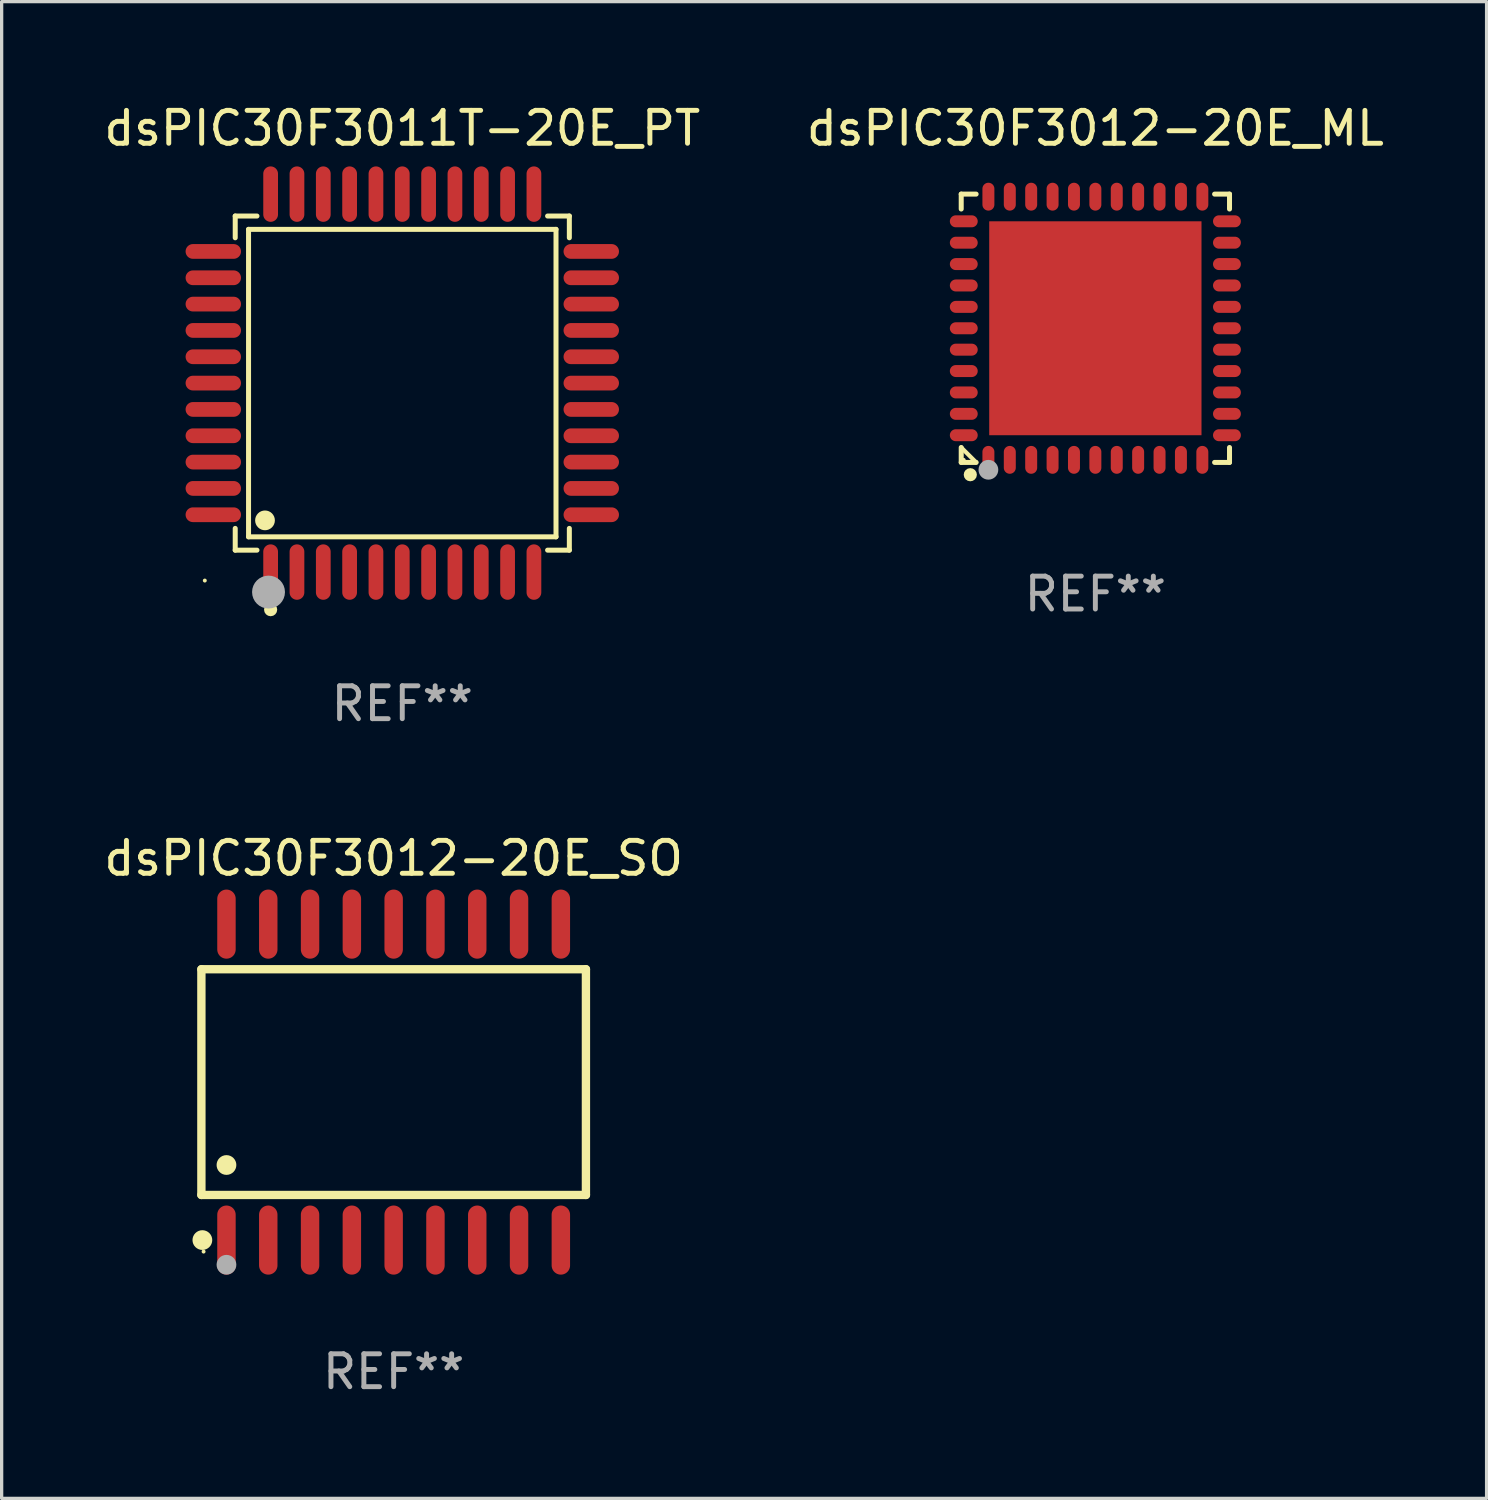
<source format=kicad_pcb>
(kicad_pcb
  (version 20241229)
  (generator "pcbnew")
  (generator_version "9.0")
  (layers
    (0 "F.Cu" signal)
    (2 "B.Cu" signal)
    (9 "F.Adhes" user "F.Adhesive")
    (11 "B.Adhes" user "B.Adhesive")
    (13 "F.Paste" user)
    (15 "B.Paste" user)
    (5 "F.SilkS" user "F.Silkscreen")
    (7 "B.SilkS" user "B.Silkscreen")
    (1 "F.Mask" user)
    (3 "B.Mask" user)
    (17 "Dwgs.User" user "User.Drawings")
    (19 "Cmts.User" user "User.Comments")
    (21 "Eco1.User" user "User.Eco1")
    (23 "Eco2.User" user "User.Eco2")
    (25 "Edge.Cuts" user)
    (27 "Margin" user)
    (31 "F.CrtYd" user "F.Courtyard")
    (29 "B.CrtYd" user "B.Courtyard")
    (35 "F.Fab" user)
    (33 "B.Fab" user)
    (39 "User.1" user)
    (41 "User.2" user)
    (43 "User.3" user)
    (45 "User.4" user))
  (footprint "dsPIC30F3012-20E_SO"
    (layer "F.Cu")
    (at 8.911 29.829)
    (property "Reference" "dsPIC30F3012-20E_SO" (at 0 -6.8 0) (layer "F.SilkS") (effects (font (size 1 1) (thickness 0.15))))
    (attr through_hole)
    (fp_line (start -5.842 -3.429) (end -5.842 3.429) (stroke (width 0.254) (type solid)) (layer "F.SilkS"))
    (fp_line (start -5.842 3.429) (end 5.842 3.429) (stroke (width 0.254) (type solid)) (layer "F.SilkS"))
    (fp_line (start 5.842 -3.429) (end -5.842 -3.429) (stroke (width 0.254) (type solid)) (layer "F.SilkS"))
    (fp_line (start 5.842 3.429) (end 5.842 -3.429) (stroke (width 0.254) (type solid)) (layer "F.SilkS"))
    (fp_circle (center -5.812 4.8) (end -5.662 4.8) (stroke (width 0.3) (type solid)) (fill no) (layer "F.SilkS"))
    (fp_circle (center -5.775 5.15) (end -5.745 5.15) (stroke (width 0.06) (type solid)) (fill no) (layer "F.SilkS"))
    (fp_circle (center -5.08 2.519) (end -4.93 2.519) (stroke (width 0.3) (type solid)) (fill no) (layer "F.SilkS"))
    (fp_circle (center -5.08 5.55) (end -4.93 5.55) (stroke (width 0.3) (type solid)) (fill no) (layer "F.Fab"))
    (fp_text user "REF**" (at 0 8.8 0) (layer "F.Fab") (effects (font (size 1 1) (thickness 0.15))))
    (pad "1" smd oval (at -5.08 4.8) (size 0.56 2.1) (layers "F.Cu" "F.Mask" "F.Paste"))
    (pad "2" smd oval (at -3.81 4.8) (size 0.56 2.1) (layers "F.Cu" "F.Mask" "F.Paste"))
    (pad "3" smd oval (at -2.54 4.8) (size 0.56 2.1) (layers "F.Cu" "F.Mask" "F.Paste"))
    (pad "4" smd oval (at -1.27 4.8) (size 0.56 2.1) (layers "F.Cu" "F.Mask" "F.Paste"))
    (pad "5" smd oval (at 0 4.8) (size 0.56 2.1) (layers "F.Cu" "F.Mask" "F.Paste"))
    (pad "6" smd oval (at 1.27 4.8) (size 0.56 2.1) (layers "F.Cu" "F.Mask" "F.Paste"))
    (pad "7" smd oval (at 2.54 4.8) (size 0.56 2.1) (layers "F.Cu" "F.Mask" "F.Paste"))
    (pad "8" smd oval (at 3.81 4.8) (size 0.56 2.1) (layers "F.Cu" "F.Mask" "F.Paste"))
    (pad "9" smd oval (at 5.08 4.8) (size 0.56 2.1) (layers "F.Cu" "F.Mask" "F.Paste"))
    (pad "10" smd oval (at 5.08 -4.8) (size 0.56 2.1) (layers "F.Cu" "F.Mask" "F.Paste"))
    (pad "11" smd oval (at 3.81 -4.8) (size 0.56 2.1) (layers "F.Cu" "F.Mask" "F.Paste"))
    (pad "12" smd oval (at 2.54 -4.8) (size 0.56 2.1) (layers "F.Cu" "F.Mask" "F.Paste"))
    (pad "13" smd oval (at 1.27 -4.8) (size 0.56 2.1) (layers "F.Cu" "F.Mask" "F.Paste"))
    (pad "14" smd oval (at 0 -4.8) (size 0.56 2.1) (layers "F.Cu" "F.Mask" "F.Paste"))
    (pad "15" smd oval (at -1.27 -4.8) (size 0.56 2.1) (layers "F.Cu" "F.Mask" "F.Paste"))
    (pad "16" smd oval (at -2.54 -4.8) (size 0.56 2.1) (layers "F.Cu" "F.Mask" "F.Paste"))
    (pad "17" smd oval (at -3.81 -4.8) (size 0.56 2.1) (layers "F.Cu" "F.Mask" "F.Paste"))
    (pad "18" smd oval (at -5.08 -4.8) (size 0.56 2.1) (layers "F.Cu" "F.Mask" "F.Paste")))
  (footprint "dsPIC30F3011T-20E_PT"
    (layer "F.Cu")
    (at 9.173 8.59)
    (property "Reference" "dsPIC30F3011T-20E_PT" (at 0 -7.742 0) (layer "F.SilkS") (effects (font (size 1 1) (thickness 0.15))))
    (attr through_hole)
    (fp_line (start -5.076 -5.076) (end -4.415 -5.076) (stroke (width 0.152) (type solid)) (layer "F.SilkS"))
    (fp_line (start -5.076 -4.415) (end -5.076 -5.076) (stroke (width 0.152) (type solid)) (layer "F.SilkS"))
    (fp_line (start -5.076 4.415) (end -5.076 5.076) (stroke (width 0.152) (type solid)) (layer "F.SilkS"))
    (fp_line (start -5.076 5.076) (end -4.415 5.076) (stroke (width 0.152) (type solid)) (layer "F.SilkS"))
    (fp_line (start -4.671 -4.671) (end 4.671 -4.671) (stroke (width 0.152) (type solid)) (layer "F.SilkS"))
    (fp_line (start -4.671 4.671) (end -4.671 -4.671) (stroke (width 0.152) (type solid)) (layer "F.SilkS"))
    (fp_line (start 4.671 -4.671) (end 4.671 4.671) (stroke (width 0.152) (type solid)) (layer "F.SilkS"))
    (fp_line (start 4.671 4.671) (end -4.671 4.671) (stroke (width 0.152) (type solid)) (layer "F.SilkS"))
    (fp_line (start 5.076 -5.076) (end 4.415 -5.076) (stroke (width 0.152) (type solid)) (layer "F.SilkS"))
    (fp_line (start 5.076 -4.415) (end 5.076 -5.076) (stroke (width 0.152) (type solid)) (layer "F.SilkS"))
    (fp_line (start 5.076 4.415) (end 5.076 5.076) (stroke (width 0.152) (type solid)) (layer "F.SilkS"))
    (fp_line (start 5.076 5.076) (end 4.415 5.076) (stroke (width 0.152) (type solid)) (layer "F.SilkS"))
    (fp_circle (center -6 6) (end -5.97 6) (stroke (width 0.06) (type solid)) (fill no) (layer "F.SilkS"))
    (fp_circle (center -4.171 4.171) (end -4.021 4.171) (stroke (width 0.3) (type solid)) (fill no) (layer "F.SilkS"))
    (fp_circle (center -4 6.884) (end -3.9 6.884) (stroke (width 0.2) (type solid)) (fill no) (layer "F.SilkS"))
    (fp_circle (center -4.064 6.35) (end -3.814 6.35) (stroke (width 0.5) (type solid)) (fill no) (layer "F.Fab"))
    (fp_text user "REF**" (at 0 9.742 0) (layer "F.Fab") (effects (font (size 1 1) (thickness 0.15))))
    (pad "1" smd oval (at -4 5.742) (size 0.448 1.684) (layers "F.Cu" "F.Mask" "F.Paste"))
    (pad "2" smd oval (at -3.2 5.742) (size 0.448 1.684) (layers "F.Cu" "F.Mask" "F.Paste"))
    (pad "3" smd oval (at -2.4 5.742) (size 0.448 1.684) (layers "F.Cu" "F.Mask" "F.Paste"))
    (pad "4" smd oval (at -1.6 5.742) (size 0.448 1.684) (layers "F.Cu" "F.Mask" "F.Paste"))
    (pad "5" smd oval (at -0.8 5.742) (size 0.448 1.684) (layers "F.Cu" "F.Mask" "F.Paste"))
    (pad "6" smd oval (at 0 5.742) (size 0.448 1.684) (layers "F.Cu" "F.Mask" "F.Paste"))
    (pad "7" smd oval (at 0.8 5.742) (size 0.448 1.684) (layers "F.Cu" "F.Mask" "F.Paste"))
    (pad "8" smd oval (at 1.6 5.742) (size 0.448 1.684) (layers "F.Cu" "F.Mask" "F.Paste"))
    (pad "9" smd oval (at 2.4 5.742) (size 0.448 1.684) (layers "F.Cu" "F.Mask" "F.Paste"))
    (pad "10" smd oval (at 3.2 5.742) (size 0.448 1.684) (layers "F.Cu" "F.Mask" "F.Paste"))
    (pad "11" smd oval (at 4 5.742) (size 0.448 1.684) (layers "F.Cu" "F.Mask" "F.Paste"))
    (pad "12" smd oval (at 5.742 4) (size 1.684 0.448) (layers "F.Cu" "F.Mask" "F.Paste"))
    (pad "13" smd oval (at 5.742 3.2) (size 1.684 0.448) (layers "F.Cu" "F.Mask" "F.Paste"))
    (pad "14" smd oval (at 5.742 2.4) (size 1.684 0.448) (layers "F.Cu" "F.Mask" "F.Paste"))
    (pad "15" smd oval (at 5.742 1.6) (size 1.684 0.448) (layers "F.Cu" "F.Mask" "F.Paste"))
    (pad "16" smd oval (at 5.742 0.8) (size 1.684 0.448) (layers "F.Cu" "F.Mask" "F.Paste"))
    (pad "17" smd oval (at 5.742 0) (size 1.684 0.448) (layers "F.Cu" "F.Mask" "F.Paste"))
    (pad "18" smd oval (at 5.742 -0.8) (size 1.684 0.448) (layers "F.Cu" "F.Mask" "F.Paste"))
    (pad "19" smd oval (at 5.742 -1.6) (size 1.684 0.448) (layers "F.Cu" "F.Mask" "F.Paste"))
    (pad "20" smd oval (at 5.742 -2.4) (size 1.684 0.448) (layers "F.Cu" "F.Mask" "F.Paste"))
    (pad "21" smd oval (at 5.742 -3.2) (size 1.684 0.448) (layers "F.Cu" "F.Mask" "F.Paste"))
    (pad "22" smd oval (at 5.742 -4) (size 1.684 0.448) (layers "F.Cu" "F.Mask" "F.Paste"))
    (pad "23" smd oval (at 4 -5.742) (size 0.448 1.684) (layers "F.Cu" "F.Mask" "F.Paste"))
    (pad "24" smd oval (at 3.2 -5.742) (size 0.448 1.684) (layers "F.Cu" "F.Mask" "F.Paste"))
    (pad "25" smd oval (at 2.4 -5.742) (size 0.448 1.684) (layers "F.Cu" "F.Mask" "F.Paste"))
    (pad "26" smd oval (at 1.6 -5.742) (size 0.448 1.684) (layers "F.Cu" "F.Mask" "F.Paste"))
    (pad "27" smd oval (at 0.8 -5.742) (size 0.448 1.684) (layers "F.Cu" "F.Mask" "F.Paste"))
    (pad "28" smd oval (at 0 -5.742) (size 0.448 1.684) (layers "F.Cu" "F.Mask" "F.Paste"))
    (pad "29" smd oval (at -0.8 -5.742) (size 0.448 1.684) (layers "F.Cu" "F.Mask" "F.Paste"))
    (pad "30" smd oval (at -1.6 -5.742) (size 0.448 1.684) (layers "F.Cu" "F.Mask" "F.Paste"))
    (pad "31" smd oval (at -2.4 -5.742) (size 0.448 1.684) (layers "F.Cu" "F.Mask" "F.Paste"))
    (pad "32" smd oval (at -3.2 -5.742) (size 0.448 1.684) (layers "F.Cu" "F.Mask" "F.Paste"))
    (pad "33" smd oval (at -4 -5.742) (size 0.448 1.684) (layers "F.Cu" "F.Mask" "F.Paste"))
    (pad "34" smd oval (at -5.742 -4) (size 1.684 0.448) (layers "F.Cu" "F.Mask" "F.Paste"))
    (pad "35" smd oval (at -5.742 -3.2) (size 1.684 0.448) (layers "F.Cu" "F.Mask" "F.Paste"))
    (pad "36" smd oval (at -5.742 -2.4) (size 1.684 0.448) (layers "F.Cu" "F.Mask" "F.Paste"))
    (pad "37" smd oval (at -5.742 -1.6) (size 1.684 0.448) (layers "F.Cu" "F.Mask" "F.Paste"))
    (pad "38" smd oval (at -5.742 -0.8) (size 1.684 0.448) (layers "F.Cu" "F.Mask" "F.Paste"))
    (pad "39" smd oval (at -5.742 0) (size 1.684 0.448) (layers "F.Cu" "F.Mask" "F.Paste"))
    (pad "40" smd oval (at -5.742 0.8) (size 1.684 0.448) (layers "F.Cu" "F.Mask" "F.Paste"))
    (pad "41" smd oval (at -5.742 1.6) (size 1.684 0.448) (layers "F.Cu" "F.Mask" "F.Paste"))
    (pad "42" smd oval (at -5.742 2.4) (size 1.684 0.448) (layers "F.Cu" "F.Mask" "F.Paste"))
    (pad "43" smd oval (at -5.742 3.2) (size 1.684 0.448) (layers "F.Cu" "F.Mask" "F.Paste"))
    (pad "44" smd oval (at -5.742 4) (size 1.684 0.448) (layers "F.Cu" "F.Mask" "F.Paste")))
  (footprint "dsPIC30F3012-20E_ML"
    (layer "F.Cu")
    (at 30.232 6.924)
    (property "Reference" "dsPIC30F3012-20E_ML" (at 0 -6.076 0) (layer "F.SilkS") (effects (font (size 1 1) (thickness 0.15))))
    (attr through_hole)
    (fp_line (start -4.076 -4.076) (end -3.623 -4.076) (stroke (width 0.152) (type solid)) (layer "F.SilkS"))
    (fp_line (start -4.076 -3.623) (end -4.076 -4.076) (stroke (width 0.152) (type solid)) (layer "F.SilkS"))
    (fp_line (start -4.076 3.623) (end -4.076 4.076) (stroke (width 0.152) (type solid)) (layer "F.SilkS"))
    (fp_line (start -4.076 4.076) (end -3.623 4.076) (stroke (width 0.152) (type solid)) (layer "F.SilkS"))
    (fp_line (start -3.623 4.076) (end -4.076 3.623) (stroke (width 0.127) (type solid)) (layer "F.SilkS"))
    (fp_line (start 4.076 -4.076) (end 3.623 -4.076) (stroke (width 0.152) (type solid)) (layer "F.SilkS"))
    (fp_line (start 4.076 -3.623) (end 4.076 -4.076) (stroke (width 0.152) (type solid)) (layer "F.SilkS"))
    (fp_line (start 4.076 3.623) (end 4.076 4.076) (stroke (width 0.152) (type solid)) (layer "F.SilkS"))
    (fp_line (start 4.076 4.076) (end 3.623 4.076) (stroke (width 0.152) (type solid)) (layer "F.SilkS"))
    (fp_circle (center -4 4) (end -3.97 4) (stroke (width 0.06) (type solid)) (fill no) (layer "F.SilkS"))
    (fp_circle (center -3.8 4.45) (end -3.7 4.45) (stroke (width 0.2) (type solid)) (fill no) (layer "F.SilkS"))
    (fp_circle (center -3.25 4.3) (end -3.1 4.3) (stroke (width 0.3) (type solid)) (fill no) (layer "F.Fab"))
    (fp_text user "REF**" (at 0 8.076 0) (layer "F.Fab") (effects (font (size 1 1) (thickness 0.15))))
    (pad "1" smd oval (at -3.25 3.998) (size 0.364 0.847) (layers "F.Cu" "F.Mask" "F.Paste"))
    (pad "2" smd oval (at -2.6 3.998) (size 0.364 0.847) (layers "F.Cu" "F.Mask" "F.Paste"))
    (pad "3" smd oval (at -1.95 3.998) (size 0.364 0.847) (layers "F.Cu" "F.Mask" "F.Paste"))
    (pad "4" smd oval (at -1.3 3.998) (size 0.364 0.847) (layers "F.Cu" "F.Mask" "F.Paste"))
    (pad "5" smd oval (at -0.65 3.998) (size 0.364 0.847) (layers "F.Cu" "F.Mask" "F.Paste"))
    (pad "6" smd oval (at 0 3.998) (size 0.364 0.847) (layers "F.Cu" "F.Mask" "F.Paste"))
    (pad "7" smd oval (at 0.65 3.998) (size 0.364 0.847) (layers "F.Cu" "F.Mask" "F.Paste"))
    (pad "8" smd oval (at 1.3 3.998) (size 0.364 0.847) (layers "F.Cu" "F.Mask" "F.Paste"))
    (pad "9" smd oval (at 1.95 3.998) (size 0.364 0.847) (layers "F.Cu" "F.Mask" "F.Paste"))
    (pad "10" smd oval (at 2.6 3.998) (size 0.364 0.847) (layers "F.Cu" "F.Mask" "F.Paste"))
    (pad "11" smd oval (at 3.25 3.998) (size 0.364 0.847) (layers "F.Cu" "F.Mask" "F.Paste"))
    (pad "12" smd oval (at 3.998 3.25) (size 0.847 0.364) (layers "F.Cu" "F.Mask" "F.Paste"))
    (pad "13" smd oval (at 3.998 2.6) (size 0.847 0.364) (layers "F.Cu" "F.Mask" "F.Paste"))
    (pad "14" smd oval (at 3.998 1.95) (size 0.847 0.364) (layers "F.Cu" "F.Mask" "F.Paste"))
    (pad "15" smd oval (at 3.998 1.3) (size 0.847 0.364) (layers "F.Cu" "F.Mask" "F.Paste"))
    (pad "16" smd oval (at 3.998 0.65) (size 0.847 0.364) (layers "F.Cu" "F.Mask" "F.Paste"))
    (pad "17" smd oval (at 3.998 0) (size 0.847 0.364) (layers "F.Cu" "F.Mask" "F.Paste"))
    (pad "18" smd oval (at 3.998 -0.65) (size 0.847 0.364) (layers "F.Cu" "F.Mask" "F.Paste"))
    (pad "19" smd oval (at 3.998 -1.3) (size 0.847 0.364) (layers "F.Cu" "F.Mask" "F.Paste"))
    (pad "20" smd oval (at 3.998 -1.95) (size 0.847 0.364) (layers "F.Cu" "F.Mask" "F.Paste"))
    (pad "21" smd oval (at 3.998 -2.6) (size 0.847 0.364) (layers "F.Cu" "F.Mask" "F.Paste"))
    (pad "22" smd oval (at 3.998 -3.25) (size 0.847 0.364) (layers "F.Cu" "F.Mask" "F.Paste"))
    (pad "23" smd oval (at 3.25 -3.998) (size 0.364 0.847) (layers "F.Cu" "F.Mask" "F.Paste"))
    (pad "24" smd oval (at 2.6 -3.998) (size 0.364 0.847) (layers "F.Cu" "F.Mask" "F.Paste"))
    (pad "25" smd oval (at 1.95 -3.998) (size 0.364 0.847) (layers "F.Cu" "F.Mask" "F.Paste"))
    (pad "26" smd oval (at 1.3 -3.998) (size 0.364 0.847) (layers "F.Cu" "F.Mask" "F.Paste"))
    (pad "27" smd oval (at 0.65 -3.998) (size 0.364 0.847) (layers "F.Cu" "F.Mask" "F.Paste"))
    (pad "28" smd oval (at 0 -3.998) (size 0.364 0.847) (layers "F.Cu" "F.Mask" "F.Paste"))
    (pad "29" smd oval (at -0.65 -3.998) (size 0.364 0.847) (layers "F.Cu" "F.Mask" "F.Paste"))
    (pad "30" smd oval (at -1.3 -3.998) (size 0.364 0.847) (layers "F.Cu" "F.Mask" "F.Paste"))
    (pad "31" smd oval (at -1.95 -3.998) (size 0.364 0.847) (layers "F.Cu" "F.Mask" "F.Paste"))
    (pad "32" smd oval (at -2.6 -3.998) (size 0.364 0.847) (layers "F.Cu" "F.Mask" "F.Paste"))
    (pad "33" smd oval (at -3.25 -3.998) (size 0.364 0.847) (layers "F.Cu" "F.Mask" "F.Paste"))
    (pad "34" smd oval (at -3.998 -3.25) (size 0.847 0.364) (layers "F.Cu" "F.Mask" "F.Paste"))
    (pad "35" smd oval (at -3.998 -2.6) (size 0.847 0.364) (layers "F.Cu" "F.Mask" "F.Paste"))
    (pad "36" smd oval (at -3.998 -1.95) (size 0.847 0.364) (layers "F.Cu" "F.Mask" "F.Paste"))
    (pad "37" smd oval (at -3.998 -1.3) (size 0.847 0.364) (layers "F.Cu" "F.Mask" "F.Paste"))
    (pad "38" smd oval (at -3.998 -0.65) (size 0.847 0.364) (layers "F.Cu" "F.Mask" "F.Paste"))
    (pad "39" smd oval (at -3.998 0) (size 0.847 0.364) (layers "F.Cu" "F.Mask" "F.Paste"))
    (pad "40" smd oval (at -3.998 0.65) (size 0.847 0.364) (layers "F.Cu" "F.Mask" "F.Paste"))
    (pad "41" smd oval (at -3.998 1.3) (size 0.847 0.364) (layers "F.Cu" "F.Mask" "F.Paste"))
    (pad "42" smd oval (at -3.998 1.95) (size 0.847 0.364) (layers "F.Cu" "F.Mask" "F.Paste"))
    (pad "43" smd oval (at -3.998 2.6) (size 0.847 0.364) (layers "F.Cu" "F.Mask" "F.Paste"))
    (pad "44" smd oval (at -3.998 3.25) (size 0.847 0.364) (layers "F.Cu" "F.Mask" "F.Paste"))
    (pad "45" smd rect (at 0 0) (size 6.45 6.5) (layers "F.Cu" "F.Mask" "F.Paste")))
  (gr_rect
    (start -3 -3)
    (end 42.119 42.477)
    (stroke (width 0.1) (type default))
    (fill no)
    (layer "Edge.Cuts")))
</source>
